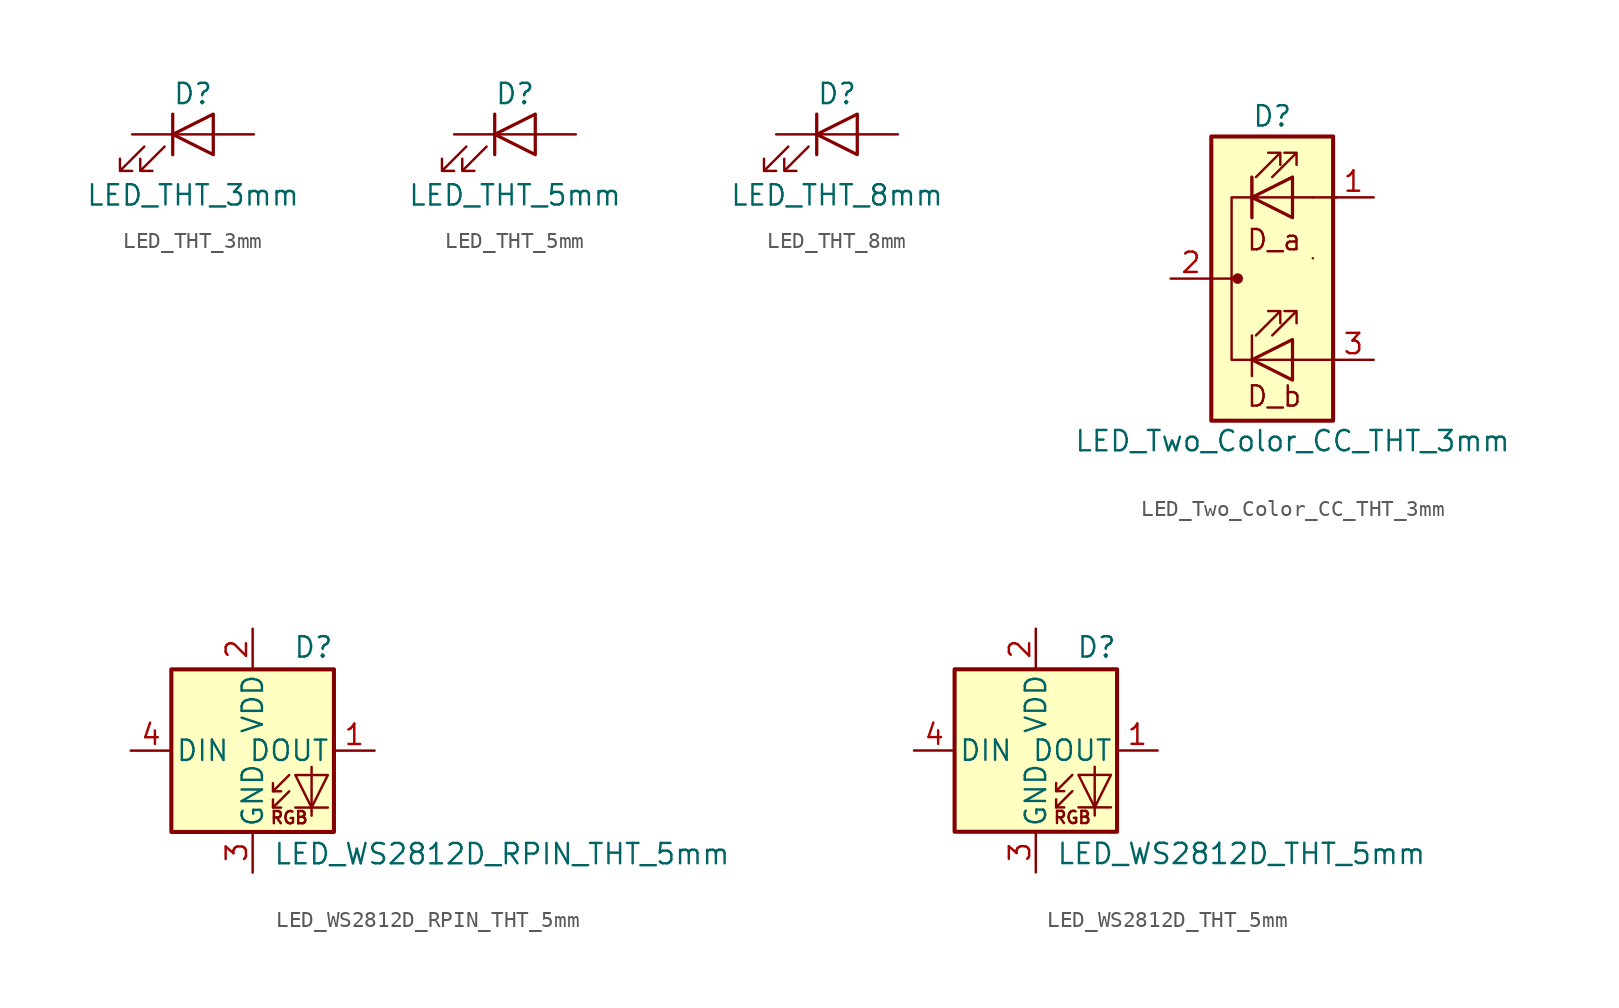
<source format=kicad_sym>
(kicad_symbol_lib
  (version 20211014)
  (generator kicad_symbol_editor)
  (symbol "LED_THT_3mm"
    (pin_numbers hide)
    (pin_names
      (offset 1.016) hide)
    (property "Reference" "D"
      (at 0 2.54 0)
      (effects (font (size 1.27 1.27))))
    (property "Value" "LED_THT_3mm"
      (at 0 -3.81 0)
      (effects (font (size 1.27 1.27))))
    (symbol "LED_THT_3mm_0_1"
      (polyline (pts (xy -1.27 -1.27) (xy -1.27 1.27)) (stroke (width 0.203) (type default) (color 0 0 0 0)) (fill (type none)))
      (polyline (pts (xy -1.27 0) (xy 1.27 0)) (stroke (width 0) (type default) (color 0 0 0 0)) (fill (type none)))
      (polyline (pts (xy 1.27 -1.27) (xy 1.27 1.27) (xy -1.27 0) (xy 1.27 -1.27)) (stroke (width 0.203) (type default) (color 0 0 0 0)) (fill (type none)))
      (polyline (pts (xy -3.048 -0.762) (xy -4.572 -2.286) (xy -3.81 -2.286) (xy -4.572 -2.286) (xy -4.572 -1.524)) (stroke (width 0) (type default) (color 0 0 0 0)) (fill (type none)))
      (polyline (pts (xy -1.778 -0.762) (xy -3.302 -2.286) (xy -2.54 -2.286) (xy -3.302 -2.286) (xy -3.302 -1.524)) (stroke (width 0) (type default) (color 0 0 0 0)) (fill (type none))))
    (symbol "LED_THT_3mm_1_1"
      (pin passive line (at -3.81 0 0) (length 2.54) (name "K" (effects (font (size 1.27 1.27)))) (number "1" (effects (font (size 1.27 1.27)))))
      (pin passive line (at 3.81 0 180) (length 2.54) (name "A" (effects (font (size 1.27 1.27)))) (number "2" (effects (font (size 1.27 1.27)))))))
  (symbol "LED_THT_5mm"
    (pin_numbers hide)
    (pin_names
      (offset 1.016) hide)
    (property "Reference" "D"
      (at 0 2.54 0)
      (effects (font (size 1.27 1.27))))
    (property "Value" "LED_THT_5mm"
      (at 0 -3.81 0)
      (effects (font (size 1.27 1.27))))
    (symbol "LED_THT_5mm_0_1"
      (polyline (pts (xy -1.27 -1.27) (xy -1.27 1.27)) (stroke (width 0.203) (type default) (color 0 0 0 0)) (fill (type none)))
      (polyline (pts (xy -1.27 0) (xy 1.27 0)) (stroke (width 0) (type default) (color 0 0 0 0)) (fill (type none)))
      (polyline (pts (xy 1.27 -1.27) (xy 1.27 1.27) (xy -1.27 0) (xy 1.27 -1.27)) (stroke (width 0.203) (type default) (color 0 0 0 0)) (fill (type none)))
      (polyline (pts (xy -3.048 -0.762) (xy -4.572 -2.286) (xy -3.81 -2.286) (xy -4.572 -2.286) (xy -4.572 -1.524)) (stroke (width 0) (type default) (color 0 0 0 0)) (fill (type none)))
      (polyline (pts (xy -1.778 -0.762) (xy -3.302 -2.286) (xy -2.54 -2.286) (xy -3.302 -2.286) (xy -3.302 -1.524)) (stroke (width 0) (type default) (color 0 0 0 0)) (fill (type none))))
    (symbol "LED_THT_5mm_1_1"
      (pin passive line (at -3.81 0 0) (length 2.54) (name "K" (effects (font (size 1.27 1.27)))) (number "1" (effects (font (size 1.27 1.27)))))
      (pin passive line (at 3.81 0 180) (length 2.54) (name "A" (effects (font (size 1.27 1.27)))) (number "2" (effects (font (size 1.27 1.27)))))))
  (symbol "LED_THT_8mm"
    (pin_numbers hide)
    (pin_names
      (offset 1.016) hide)
    (property "Reference" "D"
      (at 0 2.54 0)
      (effects (font (size 1.27 1.27))))
    (property "Value" "LED_THT_8mm"
      (at 0 -3.81 0)
      (effects (font (size 1.27 1.27))))
    (symbol "LED_THT_8mm_0_1"
      (polyline (pts (xy -1.27 -1.27) (xy -1.27 1.27)) (stroke (width 0.203) (type default) (color 0 0 0 0)) (fill (type none)))
      (polyline (pts (xy -1.27 0) (xy 1.27 0)) (stroke (width 0) (type default) (color 0 0 0 0)) (fill (type none)))
      (polyline (pts (xy 1.27 -1.27) (xy 1.27 1.27) (xy -1.27 0) (xy 1.27 -1.27)) (stroke (width 0.203) (type default) (color 0 0 0 0)) (fill (type none)))
      (polyline (pts (xy -3.048 -0.762) (xy -4.572 -2.286) (xy -3.81 -2.286) (xy -4.572 -2.286) (xy -4.572 -1.524)) (stroke (width 0) (type default) (color 0 0 0 0)) (fill (type none)))
      (polyline (pts (xy -1.778 -0.762) (xy -3.302 -2.286) (xy -2.54 -2.286) (xy -3.302 -2.286) (xy -3.302 -1.524)) (stroke (width 0) (type default) (color 0 0 0 0)) (fill (type none))))
    (symbol "LED_THT_8mm_1_1"
      (pin passive line (at -3.81 0 0) (length 2.54) (name "K" (effects (font (size 1.27 1.27)))) (number "1" (effects (font (size 1.27 1.27)))))
      (pin passive line (at 3.81 0 180) (length 2.54) (name "A" (effects (font (size 1.27 1.27)))) (number "2" (effects (font (size 1.27 1.27)))))))
  (symbol "LED_Two_Color_CC_THT_3mm"
    (pin_names
      (offset 0) hide)
    (property "Reference" "D"
      (at -1.27 10.16 0)
      (effects (font (size 1.27 1.27))))
    (property "Value" "LED_Two_Color_CC_THT_3mm"
      (at 0 -10.16 0)
      (effects (font (size 1.27 1.27))))
    (symbol "LED_Two_Color_CC_THT_3mm_0_0"
      (text "D_a" (at -1.143 2.413 0) (effects (font (size 1.27 1.27))))
      (text "D_b" (at -1.143 -7.366 0) (effects (font (size 1.27 1.27)))))
    (symbol "LED_Two_Color_CC_THT_3mm_0_1"
      (rectangle (start -5.08 8.89) (end 2.54 -8.89) (stroke (width 0.254) (type default) (color 0 0 0 0)) (fill (type background)))
      (circle (center -3.429 0) (radius 0.254) (stroke (width 0) (type default) (color 0 0 0 0)) (fill (type outline)))
      (polyline (pts (xy -5.08 0) (xy -3.556 0)) (stroke (width 0) (type default) (color 0 0 0 0)) (fill (type none)))
      (polyline (pts (xy -2.54 -5.08) (xy 0 -5.08)) (stroke (width 0) (type default) (color 0 0 0 0)) (fill (type none)))
      (polyline (pts (xy -2.54 -3.556) (xy -2.54 -6.096)) (stroke (width 0) (type default) (color 0 0 0 0)) (fill (type none)))
      (polyline (pts (xy -2.54 5.08) (xy 0 5.08)) (stroke (width 0) (type default) (color 0 0 0 0)) (fill (type none)))
      (polyline (pts (xy -2.54 6.35) (xy -2.54 3.81)) (stroke (width 0.203) (type default) (color 0 0 0 0)) (fill (type none)))
      (polyline (pts (xy 0 -5.08) (xy 2.54 -5.08)) (stroke (width 0) (type default) (color 0 0 0 0)) (fill (type none)))
      (polyline (pts (xy 0 5.08) (xy 1.27 5.08)) (stroke (width 0) (type default) (color 0 0 0 0)) (fill (type none)))
      (polyline (pts (xy 1.27 5.08) (xy 2.794 5.08)) (stroke (width 0) (type default) (color 0 0 0 0)) (fill (type none)))
      (polyline (pts (xy -2.54 6.35) (xy -2.54 3.81) (xy -2.54 3.81)) (stroke (width 0) (type default) (color 0 0 0 0)) (fill (type none)))
      (polyline (pts (xy -2.54 5.08) (xy -3.81 5.08) (xy -3.81 -5.08) (xy -2.54 -5.08)) (stroke (width 0) (type default) (color 0 0 0 0)) (fill (type none)))
      (polyline (pts (xy 0 -3.81) (xy 0 -6.35) (xy -2.54 -5.08) (xy 0 -3.81)) (stroke (width 0.203) (type default) (color 0 0 0 0)) (fill (type none)))
      (polyline (pts (xy 0 6.35) (xy 0 3.81) (xy -2.54 5.08) (xy 0 6.35)) (stroke (width 0.203) (type default) (color 0 0 0 0)) (fill (type none)))
      (polyline (pts (xy -2.286 -3.556) (xy -0.762 -2.032) (xy -1.524 -2.032) (xy -0.762 -2.032) (xy -0.762 -2.794)) (stroke (width 0) (type default) (color 0 0 0 0)) (fill (type none)))
      (polyline (pts (xy -2.286 6.35) (xy -0.762 7.874) (xy -1.524 7.874) (xy -0.762 7.874) (xy -0.762 7.112)) (stroke (width 0) (type default) (color 0 0 0 0)) (fill (type none)))
      (polyline (pts (xy -1.27 -3.556) (xy 0.254 -2.032) (xy -0.508 -2.032) (xy 0.254 -2.032) (xy 0.254 -2.794)) (stroke (width 0) (type default) (color 0 0 0 0)) (fill (type none)))
      (polyline (pts (xy -1.27 6.35) (xy 0.254 7.874) (xy -0.508 7.874) (xy 0.254 7.874) (xy 0.254 7.112)) (stroke (width 0) (type default) (color 0 0 0 0)) (fill (type none)))
      (rectangle (start 0 3.81) (end 0 6.35) (stroke (width 0) (type default) (color 0 0 0 0)) (fill (type none)))
      (rectangle (start 0 6.35) (end 0 6.35) (stroke (width 0) (type default) (color 0 0 0 0)) (fill (type none)))
      (rectangle (start 1.27 1.27) (end 1.27 1.27) (stroke (width 0) (type default) (color 0 0 0 0)) (fill (type none))))
    (symbol "LED_Two_Color_CC_THT_3mm_1_1"
      (pin passive line (at 5.08 5.08 180) (length 2.54) (name "RA" (effects (font (size 1.27 1.27)))) (number "1" (effects (font (size 1.27 1.27)))))
      (pin passive line (at -7.62 0 0) (length 2.54) (name "K" (effects (font (size 1.27 1.27)))) (number "2" (effects (font (size 1.27 1.27)))))
      (pin passive line (at 5.08 -5.08 180) (length 2.54) (name "BA" (effects (font (size 1.27 1.27)))) (number "3" (effects (font (size 1.27 1.27)))))))
  (symbol "LED_WS2812D_RPIN_THT_5mm"
    (pin_names
      (offset 0.254))
    (property "Reference" "D"
      (at 5.08 5.715 0)
      (effects (font (size 1.27 1.27)) (justify right bottom)))
    (property "Value" "LED_WS2812D_RPIN_THT_5mm"
      (at 1.27 -5.715 0)
      (effects (font (size 1.27 1.27)) (justify left top)))
    (symbol "LED_WS2812D_RPIN_THT_5mm_0_0"
      (text "RGB" (at 2.286 -4.191 0) (effects (font (size 0.762 0.762)))))
    (symbol "LED_WS2812D_RPIN_THT_5mm_0_1"
      (polyline (pts (xy 1.27 -3.556) (xy 1.778 -3.556)) (stroke (width 0) (type default) (color 0 0 0 0)) (fill (type none)))
      (polyline (pts (xy 1.27 -2.54) (xy 1.778 -2.54)) (stroke (width 0) (type default) (color 0 0 0 0)) (fill (type none)))
      (polyline (pts (xy 4.699 -3.556) (xy 2.667 -3.556)) (stroke (width 0) (type default) (color 0 0 0 0)) (fill (type none)))
      (polyline (pts (xy 2.286 -2.54) (xy 1.27 -3.556) (xy 1.27 -3.048)) (stroke (width 0) (type default) (color 0 0 0 0)) (fill (type none)))
      (polyline (pts (xy 2.286 -1.524) (xy 1.27 -2.54) (xy 1.27 -2.032)) (stroke (width 0) (type default) (color 0 0 0 0)) (fill (type none)))
      (polyline (pts (xy 3.683 -1.016) (xy 3.683 -3.556) (xy 3.683 -4.064)) (stroke (width 0) (type default) (color 0 0 0 0)) (fill (type none)))
      (polyline (pts (xy 4.699 -1.524) (xy 2.667 -1.524) (xy 3.683 -3.556) (xy 4.699 -1.524)) (stroke (width 0) (type default) (color 0 0 0 0)) (fill (type none)))
      (rectangle (start 5.08 5.08) (end -5.08 -5.08) (stroke (width 0.254) (type default) (color 0 0 0 0)) (fill (type background))))
    (symbol "LED_WS2812D_RPIN_THT_5mm_1_1"
      (pin output line (at 7.62 0 180) (length 2.54) (name "DOUT" (effects (font (size 1.27 1.27)))) (number "1" (effects (font (size 1.27 1.27)))))
      (pin power_in line (at 0 7.62 270) (length 2.54) (name "VDD" (effects (font (size 1.27 1.27)))) (number "2" (effects (font (size 1.27 1.27)))))
      (pin power_in line (at 0 -7.62 90) (length 2.54) (name "GND" (effects (font (size 1.27 1.27)))) (number "3" (effects (font (size 1.27 1.27)))))
      (pin input line (at -7.62 0 0) (length 2.54) (name "DIN" (effects (font (size 1.27 1.27)))) (number "4" (effects (font (size 1.27 1.27)))))))
  (symbol "LED_WS2812D_THT_5mm"
    (pin_names
      (offset 0.254))
    (property "Reference" "D"
      (at 5.08 5.715 0)
      (effects (font (size 1.27 1.27)) (justify right bottom)))
    (property "Value" "LED_WS2812D_THT_5mm"
      (at 1.27 -5.715 0)
      (effects (font (size 1.27 1.27)) (justify left top)))
    (symbol "LED_WS2812D_THT_5mm_0_0"
      (text "RGB" (at 2.286 -4.191 0) (effects (font (size 0.762 0.762)))))
    (symbol "LED_WS2812D_THT_5mm_0_1"
      (polyline (pts (xy 1.27 -3.556) (xy 1.778 -3.556)) (stroke (width 0) (type default) (color 0 0 0 0)) (fill (type none)))
      (polyline (pts (xy 1.27 -2.54) (xy 1.778 -2.54)) (stroke (width 0) (type default) (color 0 0 0 0)) (fill (type none)))
      (polyline (pts (xy 4.699 -3.556) (xy 2.667 -3.556)) (stroke (width 0) (type default) (color 0 0 0 0)) (fill (type none)))
      (polyline (pts (xy 2.286 -2.54) (xy 1.27 -3.556) (xy 1.27 -3.048)) (stroke (width 0) (type default) (color 0 0 0 0)) (fill (type none)))
      (polyline (pts (xy 2.286 -1.524) (xy 1.27 -2.54) (xy 1.27 -2.032)) (stroke (width 0) (type default) (color 0 0 0 0)) (fill (type none)))
      (polyline (pts (xy 3.683 -1.016) (xy 3.683 -3.556) (xy 3.683 -4.064)) (stroke (width 0) (type default) (color 0 0 0 0)) (fill (type none)))
      (polyline (pts (xy 4.699 -1.524) (xy 2.667 -1.524) (xy 3.683 -3.556) (xy 4.699 -1.524)) (stroke (width 0) (type default) (color 0 0 0 0)) (fill (type none)))
      (rectangle (start 5.08 5.08) (end -5.08 -5.08) (stroke (width 0.254) (type default) (color 0 0 0 0)) (fill (type background))))
    (symbol "LED_WS2812D_THT_5mm_1_1"
      (pin output line (at 7.62 0 180) (length 2.54) (name "DOUT" (effects (font (size 1.27 1.27)))) (number "1" (effects (font (size 1.27 1.27)))))
      (pin power_in line (at 0 7.62 270) (length 2.54) (name "VDD" (effects (font (size 1.27 1.27)))) (number "2" (effects (font (size 1.27 1.27)))))
      (pin power_in line (at 0 -7.62 90) (length 2.54) (name "GND" (effects (font (size 1.27 1.27)))) (number "3" (effects (font (size 1.27 1.27)))))
      (pin input line (at -7.62 0 0) (length 2.54) (name "DIN" (effects (font (size 1.27 1.27)))) (number "4" (effects (font (size 1.27 1.27))))))))
</source>
